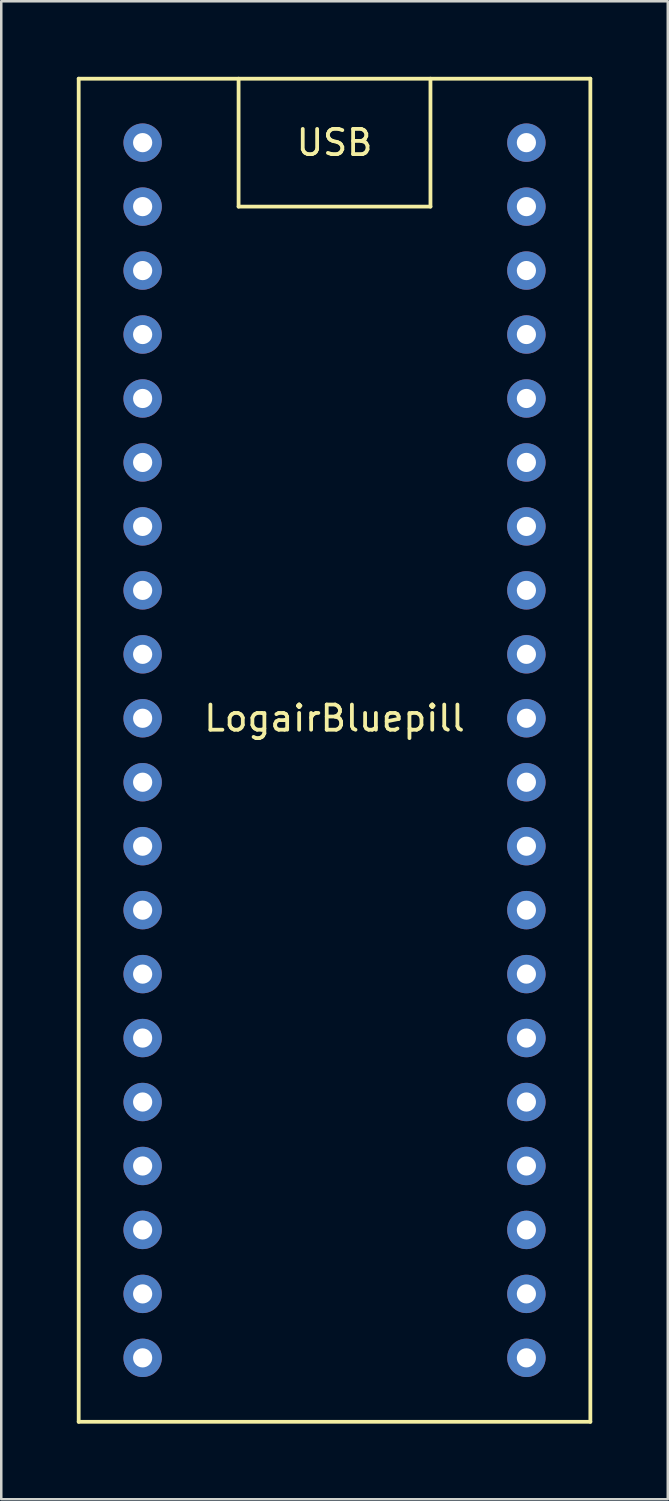
<source format=kicad_pcb>
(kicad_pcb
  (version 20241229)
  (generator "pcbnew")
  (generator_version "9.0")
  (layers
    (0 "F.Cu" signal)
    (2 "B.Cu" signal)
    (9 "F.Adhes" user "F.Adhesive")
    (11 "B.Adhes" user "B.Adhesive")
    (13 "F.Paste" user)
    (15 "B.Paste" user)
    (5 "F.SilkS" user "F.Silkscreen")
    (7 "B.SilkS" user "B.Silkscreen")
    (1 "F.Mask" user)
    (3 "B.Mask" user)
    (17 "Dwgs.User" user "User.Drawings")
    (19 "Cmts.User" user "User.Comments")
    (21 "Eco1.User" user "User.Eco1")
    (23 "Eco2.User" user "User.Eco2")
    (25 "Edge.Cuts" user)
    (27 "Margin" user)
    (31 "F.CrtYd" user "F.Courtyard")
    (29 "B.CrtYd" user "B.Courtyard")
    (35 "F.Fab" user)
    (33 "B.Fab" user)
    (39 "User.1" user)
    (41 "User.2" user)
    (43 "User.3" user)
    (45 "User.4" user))
  (footprint "LogairBluepill"
    (layer "F.Cu")
    (at 2.615 50.875)
    (property "Reference" "LogairBluepill" (at 7.62 -25.4 0) (layer "F.SilkS") (effects (font (size 1 1) (thickness 0.15))))
    (attr through_hole)
    (fp_line (start -2.54 -50.8) (end 17.78 -50.8) (stroke (width 0.15) (type solid)) (layer "F.SilkS"))
    (fp_line (start -2.54 2.54) (end -2.54 -50.8) (stroke (width 0.15) (type solid)) (layer "F.SilkS"))
    (fp_line (start 3.81 -50.8) (end 3.81 -45.72) (stroke (width 0.15) (type solid)) (layer "F.SilkS"))
    (fp_line (start 3.81 -45.72) (end 11.43 -45.72) (stroke (width 0.15) (type solid)) (layer "F.SilkS"))
    (fp_line (start 11.43 -45.72) (end 11.43 -50.8) (stroke (width 0.15) (type solid)) (layer "F.SilkS"))
    (fp_line (start 17.78 -50.8) (end 17.78 2.54) (stroke (width 0.15) (type solid)) (layer "F.SilkS"))
    (fp_line (start 17.78 2.54) (end -2.54 2.54) (stroke (width 0.15) (type solid)) (layer "F.SilkS"))
    (fp_text user "USB" (at 7.62 -48.26 0) (layer "F.SilkS") (effects (font (size 1 1) (thickness 0.15))))
    (pad "3V3" thru_hole circle (at 0 0 90) (size 1.524 1.524) (drill 0.762) (layers "*.Cu" "*.Mask"))
    (pad "3V3" thru_hole circle (at 15.24 -43.18 90) (size 1.524 1.524) (drill 0.762) (layers "*.Cu" "*.Mask"))
    (pad "5V" thru_hole circle (at 0 -5.08 90) (size 1.524 1.524) (drill 0.762) (layers "*.Cu" "*.Mask"))
    (pad "GND" thru_hole circle (at 0 -2.54 90) (size 1.524 1.524) (drill 0.762) (layers "*.Cu" "*.Mask"))
    (pad "GND" thru_hole circle (at 15.24 -48.26 90) (size 1.524 1.524) (drill 0.762) (layers "*.Cu" "*.Mask"))
    (pad "GND" thru_hole circle (at 15.24 -45.72 90) (size 1.524 1.524) (drill 0.762) (layers "*.Cu" "*.Mask"))
    (pad "NRST" thru_hole circle (at 15.24 -40.64 90) (size 1.524 1.524) (drill 0.762) (layers "*.Cu" "*.Mask"))
    (pad "PA0" thru_hole circle (at 15.24 -10.16 90) (size 1.524 1.524) (drill 0.762) (layers "*.Cu" "*.Mask"))
    (pad "PA1" thru_hole circle (at 15.24 -12.7 90) (size 1.524 1.524) (drill 0.762) (layers "*.Cu" "*.Mask"))
    (pad "PA2" thru_hole circle (at 15.24 -15.24 90) (size 1.524 1.524) (drill 0.762) (layers "*.Cu" "*.Mask"))
    (pad "PA3" thru_hole circle (at 15.24 -17.78 90) (size 1.524 1.524) (drill 0.762) (layers "*.Cu" "*.Mask"))
    (pad "PA4" thru_hole circle (at 15.24 -20.32 90) (size 1.524 1.524) (drill 0.762) (layers "*.Cu" "*.Mask"))
    (pad "PA5" thru_hole circle (at 15.24 -22.86 90) (size 1.524 1.524) (drill 0.762) (layers "*.Cu" "*.Mask"))
    (pad "PA6" thru_hole circle (at 15.24 -25.4 90) (size 1.524 1.524) (drill 0.762) (layers "*.Cu" "*.Mask"))
    (pad "PA7" thru_hole circle (at 15.24 -27.94 90) (size 1.524 1.524) (drill 0.762) (layers "*.Cu" "*.Mask"))
    (pad "PA8" thru_hole circle (at 0 -38.1 90) (size 1.524 1.524) (drill 0.762) (layers "*.Cu" "*.Mask"))
    (pad "PA9" thru_hole circle (at 0 -35.56 90) (size 1.524 1.524) (drill 0.762) (layers "*.Cu" "*.Mask"))
    (pad "PA10" thru_hole circle (at 0 -33.02 90) (size 1.524 1.524) (drill 0.762) (layers "*.Cu" "*.Mask"))
    (pad "PA11" thru_hole circle (at 0 -30.48 90) (size 1.524 1.524) (drill 0.762) (layers "*.Cu" "*.Mask"))
    (pad "PA12" thru_hole circle (at 0 -27.94 90) (size 1.524 1.524) (drill 0.762) (layers "*.Cu" "*.Mask"))
    (pad "PA15" thru_hole circle (at 0 -25.4 90) (size 1.524 1.524) (drill 0.762) (layers "*.Cu" "*.Mask"))
    (pad "PB0" thru_hole circle (at 15.24 -30.48 90) (size 1.524 1.524) (drill 0.762) (layers "*.Cu" "*.Mask"))
    (pad "PB1" thru_hole circle (at 15.24 -33.02 90) (size 1.524 1.524) (drill 0.762) (layers "*.Cu" "*.Mask"))
    (pad "PB3" thru_hole circle (at 0 -22.86 90) (size 1.524 1.524) (drill 0.762) (layers "*.Cu" "*.Mask"))
    (pad "PB4" thru_hole circle (at 0 -20.32 90) (size 1.524 1.524) (drill 0.762) (layers "*.Cu" "*.Mask"))
    (pad "PB5" thru_hole circle (at 0 -17.78 90) (size 1.524 1.524) (drill 0.762) (layers "*.Cu" "*.Mask"))
    (pad "PB6" thru_hole circle (at 0 -15.24 90) (size 1.524 1.524) (drill 0.762) (layers "*.Cu" "*.Mask"))
    (pad "PB7" thru_hole circle (at 0 -12.7 90) (size 1.524 1.524) (drill 0.762) (layers "*.Cu" "*.Mask"))
    (pad "PB8" thru_hole circle (at 0 -10.16 90) (size 1.524 1.524) (drill 0.762) (layers "*.Cu" "*.Mask"))
    (pad "PB9" thru_hole circle (at 0 -7.62 90) (size 1.524 1.524) (drill 0.762) (layers "*.Cu" "*.Mask"))
    (pad "PB10" thru_hole circle (at 15.24 -35.56 90) (size 1.524 1.524) (drill 0.762) (layers "*.Cu" "*.Mask"))
    (pad "PB11" thru_hole circle (at 15.24 -38.1 90) (size 1.524 1.524) (drill 0.762) (layers "*.Cu" "*.Mask"))
    (pad "PB12" thru_hole circle (at 0 -48.26 90) (size 1.524 1.524) (drill 0.762) (layers "*.Cu" "*.Mask"))
    (pad "PB13" thru_hole circle (at 0 -45.72 90) (size 1.524 1.524) (drill 0.762) (layers "*.Cu" "*.Mask"))
    (pad "PB14" thru_hole circle (at 0 -43.18 90) (size 1.524 1.524) (drill 0.762) (layers "*.Cu" "*.Mask"))
    (pad "PB15" thru_hole circle (at 0 -40.64 90) (size 1.524 1.524) (drill 0.762) (layers "*.Cu" "*.Mask"))
    (pad "PC13" thru_hole circle (at 15.24 -2.54 90) (size 1.524 1.524) (drill 0.762) (layers "*.Cu" "*.Mask"))
    (pad "PC14" thru_hole circle (at 15.24 -5.08 90) (size 1.524 1.524) (drill 0.762) (layers "*.Cu" "*.Mask"))
    (pad "PC15" thru_hole circle (at 15.24 -7.62 90) (size 1.524 1.524) (drill 0.762) (layers "*.Cu" "*.Mask"))
    (pad "VBAT" thru_hole circle (at 15.24 0 90) (size 1.524 1.524) (drill 0.762) (layers "*.Cu" "*.Mask")))
  (gr_rect
    (start -3 -3)
    (end 23.47 56.49)
    (stroke (width 0.1) (type default))
    (fill no)
    (layer "Edge.Cuts")))
</source>
